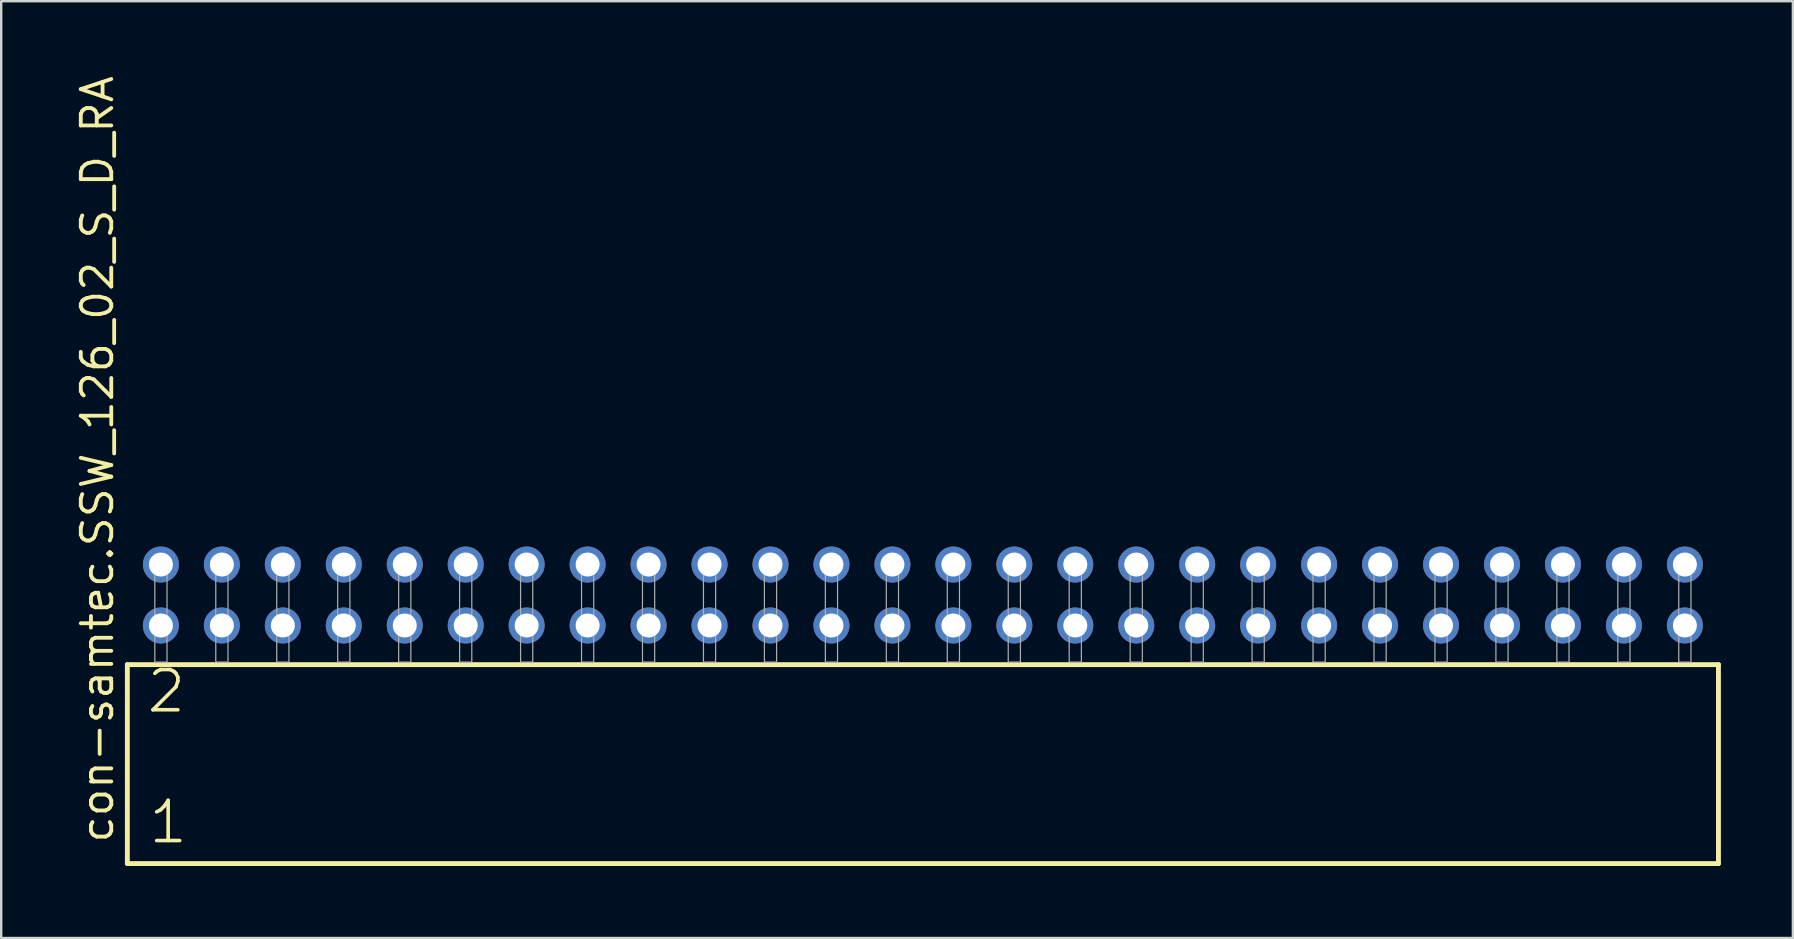
<source format=kicad_pcb>
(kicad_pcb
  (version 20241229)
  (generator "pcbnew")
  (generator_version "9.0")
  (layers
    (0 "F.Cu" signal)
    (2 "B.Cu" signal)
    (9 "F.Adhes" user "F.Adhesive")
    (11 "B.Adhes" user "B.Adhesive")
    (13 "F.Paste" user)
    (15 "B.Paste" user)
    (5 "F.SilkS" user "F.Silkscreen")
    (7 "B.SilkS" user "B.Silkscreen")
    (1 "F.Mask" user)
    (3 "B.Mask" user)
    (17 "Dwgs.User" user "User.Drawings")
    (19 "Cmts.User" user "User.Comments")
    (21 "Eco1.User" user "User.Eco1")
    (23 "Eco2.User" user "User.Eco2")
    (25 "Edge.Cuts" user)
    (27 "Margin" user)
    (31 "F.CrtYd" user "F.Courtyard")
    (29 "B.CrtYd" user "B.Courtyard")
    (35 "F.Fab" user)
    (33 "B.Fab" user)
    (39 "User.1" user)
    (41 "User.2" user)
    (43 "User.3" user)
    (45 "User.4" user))
  (footprint "con-samtec.SSW_126_02_S_D_RA"
    (layer "F.Cu")
    (at 35.405 24.537)
    (property "Reference" "con-samtec.SSW_126_02_S_D_RA" (at -33.655 7.62 90) (layer "F.SilkS") (effects (font (size 1.27 1.27) (thickness 0.16)) (justify left bottom)))
    (attr through_hole)
    (fp_line (start -33.149 0.106) (end -33.149 8.396) (stroke (width 0.203) (type default)) (layer "F.SilkS"))
    (fp_line (start -33.149 8.396) (end 33.149 8.396) (stroke (width 0.203) (type default)) (layer "F.SilkS"))
    (fp_line (start 33.149 0.106) (end -33.149 0.106) (stroke (width 0.203) (type default)) (layer "F.SilkS"))
    (fp_line (start 33.149 8.396) (end 33.149 0.106) (stroke (width 0.203) (type default)) (layer "F.SilkS"))
    (fp_rect (start -32.004 0) (end -31.496 -4.318) (stroke (width 0.05) (type default)) (fill no) (layer "F.Fab"))
    (fp_rect (start -29.464 0) (end -28.956 -4.318) (stroke (width 0.05) (type default)) (fill no) (layer "F.Fab"))
    (fp_rect (start -26.924 0) (end -26.416 -4.318) (stroke (width 0.05) (type default)) (fill no) (layer "F.Fab"))
    (fp_rect (start -24.384 0) (end -23.876 -4.318) (stroke (width 0.05) (type default)) (fill no) (layer "F.Fab"))
    (fp_rect (start -21.844 0) (end -21.336 -4.318) (stroke (width 0.05) (type default)) (fill no) (layer "F.Fab"))
    (fp_rect (start -19.304 0) (end -18.796 -4.318) (stroke (width 0.05) (type default)) (fill no) (layer "F.Fab"))
    (fp_rect (start -16.764 0) (end -16.256 -4.318) (stroke (width 0.05) (type default)) (fill no) (layer "F.Fab"))
    (fp_rect (start -14.224 0) (end -13.716 -4.318) (stroke (width 0.05) (type default)) (fill no) (layer "F.Fab"))
    (fp_rect (start -11.684 0) (end -11.176 -4.318) (stroke (width 0.05) (type default)) (fill no) (layer "F.Fab"))
    (fp_rect (start -9.144 0) (end -8.636 -4.318) (stroke (width 0.05) (type default)) (fill no) (layer "F.Fab"))
    (fp_rect (start -6.604 0) (end -6.096 -4.318) (stroke (width 0.05) (type default)) (fill no) (layer "F.Fab"))
    (fp_rect (start -4.064 0) (end -3.556 -4.318) (stroke (width 0.05) (type default)) (fill no) (layer "F.Fab"))
    (fp_rect (start -1.524 0) (end -1.016 -4.318) (stroke (width 0.05) (type default)) (fill no) (layer "F.Fab"))
    (fp_rect (start 1.016 0) (end 1.524 -4.318) (stroke (width 0.05) (type default)) (fill no) (layer "F.Fab"))
    (fp_rect (start 3.556 0) (end 4.064 -4.318) (stroke (width 0.05) (type default)) (fill no) (layer "F.Fab"))
    (fp_rect (start 6.096 0) (end 6.604 -4.318) (stroke (width 0.05) (type default)) (fill no) (layer "F.Fab"))
    (fp_rect (start 8.636 0) (end 9.144 -4.318) (stroke (width 0.05) (type default)) (fill no) (layer "F.Fab"))
    (fp_rect (start 11.176 0) (end 11.684 -4.318) (stroke (width 0.05) (type default)) (fill no) (layer "F.Fab"))
    (fp_rect (start 13.716 0) (end 14.224 -4.318) (stroke (width 0.05) (type default)) (fill no) (layer "F.Fab"))
    (fp_rect (start 16.256 0) (end 16.764 -4.318) (stroke (width 0.05) (type default)) (fill no) (layer "F.Fab"))
    (fp_rect (start 18.796 0) (end 19.304 -4.318) (stroke (width 0.05) (type default)) (fill no) (layer "F.Fab"))
    (fp_rect (start 21.336 0) (end 21.844 -4.318) (stroke (width 0.05) (type default)) (fill no) (layer "F.Fab"))
    (fp_rect (start 23.876 0) (end 24.384 -4.318) (stroke (width 0.05) (type default)) (fill no) (layer "F.Fab"))
    (fp_rect (start 26.416 0) (end 26.924 -4.318) (stroke (width 0.05) (type default)) (fill no) (layer "F.Fab"))
    (fp_rect (start 28.956 0) (end 29.464 -4.318) (stroke (width 0.05) (type default)) (fill no) (layer "F.Fab"))
    (fp_rect (start 31.496 0) (end 32.004 -4.318) (stroke (width 0.05) (type default)) (fill no) (layer "F.Fab"))
    (fp_text user "1" (at -32.345 7.65 0) (layer "F.SilkS") (effects (font (size 1.676 1.676) (thickness 0.15)) (justify left bottom)))
    (fp_text user "2" (at -32.42 2.2 0) (layer "F.SilkS") (effects (font (size 1.676 1.676) (thickness 0.15)) (justify left bottom)))
    (pad "1" thru_hole circle (at -31.75 -1.524) (size 1.5 1.5) (drill 1) (layers "*.Cu" "*.Mask"))
    (pad "2" thru_hole circle (at -31.75 -4.064) (size 1.5 1.5) (drill 1) (layers "*.Cu" "*.Mask"))
    (pad "3" thru_hole circle (at -29.21 -1.524) (size 1.5 1.5) (drill 1) (layers "*.Cu" "*.Mask"))
    (pad "4" thru_hole circle (at -29.21 -4.064) (size 1.5 1.5) (drill 1) (layers "*.Cu" "*.Mask"))
    (pad "5" thru_hole circle (at -26.67 -1.524) (size 1.5 1.5) (drill 1) (layers "*.Cu" "*.Mask"))
    (pad "6" thru_hole circle (at -26.67 -4.064) (size 1.5 1.5) (drill 1) (layers "*.Cu" "*.Mask"))
    (pad "7" thru_hole circle (at -24.13 -1.524) (size 1.5 1.5) (drill 1) (layers "*.Cu" "*.Mask"))
    (pad "8" thru_hole circle (at -24.13 -4.064) (size 1.5 1.5) (drill 1) (layers "*.Cu" "*.Mask"))
    (pad "9" thru_hole circle (at -21.59 -1.524) (size 1.5 1.5) (drill 1) (layers "*.Cu" "*.Mask"))
    (pad "10" thru_hole circle (at -21.59 -4.064) (size 1.5 1.5) (drill 1) (layers "*.Cu" "*.Mask"))
    (pad "11" thru_hole circle (at -19.05 -1.524) (size 1.5 1.5) (drill 1) (layers "*.Cu" "*.Mask"))
    (pad "12" thru_hole circle (at -19.05 -4.064) (size 1.5 1.5) (drill 1) (layers "*.Cu" "*.Mask"))
    (pad "13" thru_hole circle (at -16.51 -1.524) (size 1.5 1.5) (drill 1) (layers "*.Cu" "*.Mask"))
    (pad "14" thru_hole circle (at -16.51 -4.064) (size 1.5 1.5) (drill 1) (layers "*.Cu" "*.Mask"))
    (pad "15" thru_hole circle (at -13.97 -1.524) (size 1.5 1.5) (drill 1) (layers "*.Cu" "*.Mask"))
    (pad "16" thru_hole circle (at -13.97 -4.064) (size 1.5 1.5) (drill 1) (layers "*.Cu" "*.Mask"))
    (pad "17" thru_hole circle (at -11.43 -1.524) (size 1.5 1.5) (drill 1) (layers "*.Cu" "*.Mask"))
    (pad "18" thru_hole circle (at -11.43 -4.064) (size 1.5 1.5) (drill 1) (layers "*.Cu" "*.Mask"))
    (pad "19" thru_hole circle (at -8.89 -1.524) (size 1.5 1.5) (drill 1) (layers "*.Cu" "*.Mask"))
    (pad "20" thru_hole circle (at -8.89 -4.064) (size 1.5 1.5) (drill 1) (layers "*.Cu" "*.Mask"))
    (pad "21" thru_hole circle (at -6.35 -1.524) (size 1.5 1.5) (drill 1) (layers "*.Cu" "*.Mask"))
    (pad "22" thru_hole circle (at -6.35 -4.064) (size 1.5 1.5) (drill 1) (layers "*.Cu" "*.Mask"))
    (pad "23" thru_hole circle (at -3.81 -1.524) (size 1.5 1.5) (drill 1) (layers "*.Cu" "*.Mask"))
    (pad "24" thru_hole circle (at -3.81 -4.064) (size 1.5 1.5) (drill 1) (layers "*.Cu" "*.Mask"))
    (pad "25" thru_hole circle (at -1.27 -1.524) (size 1.5 1.5) (drill 1) (layers "*.Cu" "*.Mask"))
    (pad "26" thru_hole circle (at -1.27 -4.064) (size 1.5 1.5) (drill 1) (layers "*.Cu" "*.Mask"))
    (pad "27" thru_hole circle (at 1.27 -1.524) (size 1.5 1.5) (drill 1) (layers "*.Cu" "*.Mask"))
    (pad "28" thru_hole circle (at 1.27 -4.064) (size 1.5 1.5) (drill 1) (layers "*.Cu" "*.Mask"))
    (pad "29" thru_hole circle (at 3.81 -1.524) (size 1.5 1.5) (drill 1) (layers "*.Cu" "*.Mask"))
    (pad "30" thru_hole circle (at 3.81 -4.064) (size 1.5 1.5) (drill 1) (layers "*.Cu" "*.Mask"))
    (pad "31" thru_hole circle (at 6.35 -1.524) (size 1.5 1.5) (drill 1) (layers "*.Cu" "*.Mask"))
    (pad "32" thru_hole circle (at 6.35 -4.064) (size 1.5 1.5) (drill 1) (layers "*.Cu" "*.Mask"))
    (pad "33" thru_hole circle (at 8.89 -1.524) (size 1.5 1.5) (drill 1) (layers "*.Cu" "*.Mask"))
    (pad "34" thru_hole circle (at 8.89 -4.064) (size 1.5 1.5) (drill 1) (layers "*.Cu" "*.Mask"))
    (pad "35" thru_hole circle (at 11.43 -1.524) (size 1.5 1.5) (drill 1) (layers "*.Cu" "*.Mask"))
    (pad "36" thru_hole circle (at 11.43 -4.064) (size 1.5 1.5) (drill 1) (layers "*.Cu" "*.Mask"))
    (pad "37" thru_hole circle (at 13.97 -1.524) (size 1.5 1.5) (drill 1) (layers "*.Cu" "*.Mask"))
    (pad "38" thru_hole circle (at 13.97 -4.064) (size 1.5 1.5) (drill 1) (layers "*.Cu" "*.Mask"))
    (pad "39" thru_hole circle (at 16.51 -1.524) (size 1.5 1.5) (drill 1) (layers "*.Cu" "*.Mask"))
    (pad "40" thru_hole circle (at 16.51 -4.064) (size 1.5 1.5) (drill 1) (layers "*.Cu" "*.Mask"))
    (pad "41" thru_hole circle (at 19.05 -1.524) (size 1.5 1.5) (drill 1) (layers "*.Cu" "*.Mask"))
    (pad "42" thru_hole circle (at 19.05 -4.064) (size 1.5 1.5) (drill 1) (layers "*.Cu" "*.Mask"))
    (pad "43" thru_hole circle (at 21.59 -1.524) (size 1.5 1.5) (drill 1) (layers "*.Cu" "*.Mask"))
    (pad "44" thru_hole circle (at 21.59 -4.064) (size 1.5 1.5) (drill 1) (layers "*.Cu" "*.Mask"))
    (pad "45" thru_hole circle (at 24.13 -1.524) (size 1.5 1.5) (drill 1) (layers "*.Cu" "*.Mask"))
    (pad "46" thru_hole circle (at 24.13 -4.064) (size 1.5 1.5) (drill 1) (layers "*.Cu" "*.Mask"))
    (pad "47" thru_hole circle (at 26.67 -1.524) (size 1.5 1.5) (drill 1) (layers "*.Cu" "*.Mask"))
    (pad "48" thru_hole circle (at 26.67 -4.064) (size 1.5 1.5) (drill 1) (layers "*.Cu" "*.Mask"))
    (pad "49" thru_hole circle (at 29.21 -1.524) (size 1.5 1.5) (drill 1) (layers "*.Cu" "*.Mask"))
    (pad "50" thru_hole circle (at 29.21 -4.064) (size 1.5 1.5) (drill 1) (layers "*.Cu" "*.Mask"))
    (pad "51" thru_hole circle (at 31.75 -1.524) (size 1.5 1.5) (drill 1) (layers "*.Cu" "*.Mask"))
    (pad "52" thru_hole circle (at 31.75 -4.064) (size 1.5 1.5) (drill 1) (layers "*.Cu" "*.Mask")))
  (gr_rect
    (start -3 -3)
    (end 71.656 36.035)
    (stroke (width 0.1) (type default))
    (fill no)
    (layer "Edge.Cuts")))
</source>
